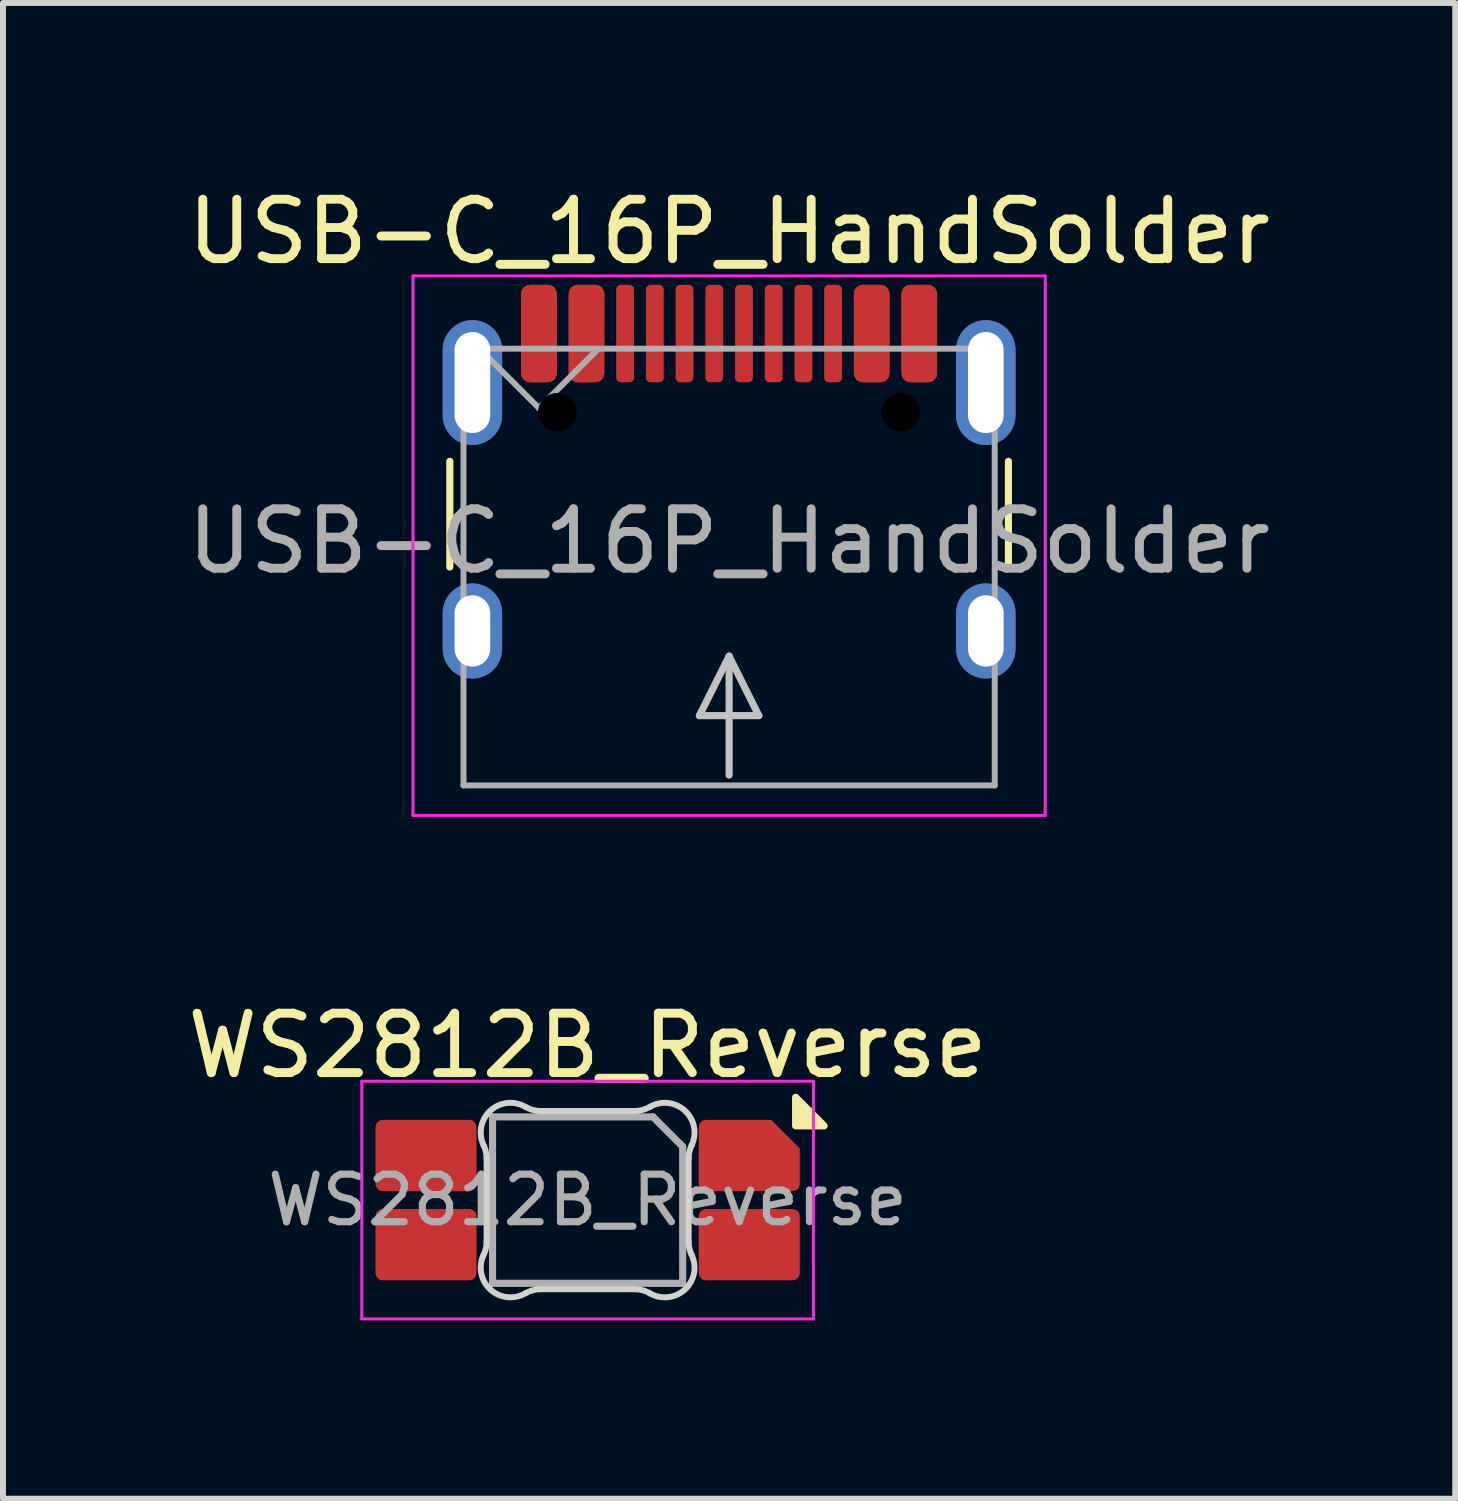
<source format=kicad_pcb>
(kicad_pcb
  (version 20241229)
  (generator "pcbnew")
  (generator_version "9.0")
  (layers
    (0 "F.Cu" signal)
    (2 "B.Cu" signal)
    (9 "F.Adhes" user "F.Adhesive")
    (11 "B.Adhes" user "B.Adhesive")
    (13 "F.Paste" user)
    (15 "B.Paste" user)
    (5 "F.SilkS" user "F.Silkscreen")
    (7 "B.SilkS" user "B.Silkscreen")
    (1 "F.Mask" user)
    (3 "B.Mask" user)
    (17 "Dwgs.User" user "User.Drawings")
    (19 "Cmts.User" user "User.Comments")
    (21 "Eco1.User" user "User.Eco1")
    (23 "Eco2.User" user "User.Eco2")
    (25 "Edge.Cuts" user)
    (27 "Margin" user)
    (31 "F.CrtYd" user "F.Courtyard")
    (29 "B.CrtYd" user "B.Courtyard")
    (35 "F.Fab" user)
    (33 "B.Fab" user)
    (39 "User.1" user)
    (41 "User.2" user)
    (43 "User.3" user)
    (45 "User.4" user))
  (footprint "WS2812B_Reverse"
    (layer "F.Cu")
    (at 6.839 17.146)
    (property "Reference" "WS2812B_Reverse" (at 0 -2.6 180) (layer "F.SilkS") (effects (font (size 1 1) (thickness 0.15))))
    (attr smd)
    (fp_poly (pts (xy 3.5 -1.25) (xy 3.5 -1.73) (xy 3.98 -1.25) (xy 3.5 -1.25)) (stroke (width 0.12) (type solid)) (fill yes) (layer "F.SilkS"))
    (fp_line (start -1.7 -0.703) (end -1.7 0.703) (stroke (width 0.1) (type solid)) (layer "Edge.Cuts"))
    (fp_line (start -0.794 1.5) (end 0.794 1.5) (stroke (width 0.1) (type solid)) (layer "Edge.Cuts"))
    (fp_line (start 0.794 -1.5) (end -0.794 -1.5) (stroke (width 0.1) (type solid)) (layer "Edge.Cuts"))
    (fp_line (start 1.7 0.703) (end 1.7 -0.703) (stroke (width 0.1) (type solid)) (layer "Edge.Cuts"))
    (fp_arc (start -1.749484 -0.919719) (mid -1.712527 -0.814067) (end -1.699999 -0.702842) (stroke (width 0.1) (type solid)) (layer "Edge.Cuts"))
    (fp_arc (start -1.749484 -0.919719) (mid -1.63807 -1.504033) (end -1.046711 -1.568296) (stroke (width 0.1) (type solid)) (layer "Edge.Cuts"))
    (fp_arc (start -1.699999 0.702843) (mid -1.712527 0.814069) (end -1.749484 0.919721) (stroke (width 0.1) (type solid)) (layer "Edge.Cuts"))
    (fp_arc (start -1.046711 1.5683) (mid -1.638071 1.504036) (end -1.749484 0.919721) (stroke (width 0.1) (type solid)) (layer "Edge.Cuts"))
    (fp_arc (start -1.046711 1.5683) (mid -0.925123 1.517378) (end -0.794453 1.500001) (stroke (width 0.1) (type solid)) (layer "Edge.Cuts"))
    (fp_arc (start -0.794452 -1.499999) (mid -0.925122 -1.517376) (end -1.04671 -1.568298) (stroke (width 0.1) (type solid)) (layer "Edge.Cuts"))
    (fp_arc (start 0.794453 1.5) (mid 0.925123 1.517377) (end 1.046711 1.568299) (stroke (width 0.1) (type solid)) (layer "Edge.Cuts"))
    (fp_arc (start 1.046711 -1.568298) (mid 0.925123 -1.517376) (end 0.794452 -1.499999) (stroke (width 0.1) (type solid)) (layer "Edge.Cuts"))
    (fp_arc (start 1.046711 -1.568298) (mid 1.638072 -1.504034) (end 1.749484 -0.919718) (stroke (width 0.1) (type solid)) (layer "Edge.Cuts"))
    (fp_arc (start 1.699999 -0.702841) (mid 1.712527 -0.814067) (end 1.749484 -0.919719) (stroke (width 0.1) (type solid)) (layer "Edge.Cuts"))
    (fp_arc (start 1.749484 0.919721) (mid 1.638071 1.504035) (end 1.046711 1.568299) (stroke (width 0.1) (type solid)) (layer "Edge.Cuts"))
    (fp_arc (start 1.749484 0.919721) (mid 1.712527 0.814069) (end 1.699999 0.702844) (stroke (width 0.1) (type solid)) (layer "Edge.Cuts"))
    (fp_line (start -3.8 -2) (end 3.8 -2) (stroke (width 0.05) (type solid)) (layer "F.CrtYd"))
    (fp_line (start -3.8 2) (end -3.8 -2) (stroke (width 0.05) (type solid)) (layer "F.CrtYd"))
    (fp_line (start 3.8 -2) (end 3.8 2) (stroke (width 0.05) (type solid)) (layer "F.CrtYd"))
    (fp_line (start 3.8 2) (end -3.8 2) (stroke (width 0.05) (type solid)) (layer "F.CrtYd"))
    (fp_line (start -1.6 -1.4) (end 1.1 -1.4) (stroke (width 0.12) (type solid)) (layer "F.Fab"))
    (fp_line (start -1.6 1.4) (end -1.6 -1.4) (stroke (width 0.12) (type solid)) (layer "F.Fab"))
    (fp_line (start 1.6 -0.9) (end 1.1 -1.4) (stroke (width 0.12) (type solid)) (layer "F.Fab"))
    (fp_line (start 1.6 -0.9) (end 1.6 1.4) (stroke (width 0.12) (type solid)) (layer "F.Fab"))
    (fp_line (start 1.6 1.4) (end -1.6 1.4) (stroke (width 0.12) (type solid)) (layer "F.Fab"))
    (fp_text user "${REFERENCE}" (at 0 0 0) (layer "F.Fab") (effects (font (size 0.8 0.8) (thickness 0.12))))
    (pad "1" smd roundrect (at -2.72 0.75 270) (size 1.2 1.7) (layers "F.Cu" "F.Mask" "F.Paste") (roundrect_rratio 0.1))
    (pad "2" smd roundrect (at -2.72 -0.75 270) (size 1.2 1.7) (layers "F.Cu" "F.Mask" "F.Paste") (roundrect_rratio 0.1))
    (pad "3" smd roundrect (at 2.72 -0.75 270) (size 1.2 1.7) (layers "F.Cu" "F.Mask" "F.Paste") (roundrect_rratio 0.1) (chamfer_ratio 0.4) (chamfer top_left))
    (pad "4" smd roundrect (at 2.72 0.75 270) (size 1.2 1.7) (layers "F.Cu" "F.Mask" "F.Paste") (roundrect_rratio 0.1)))
  (footprint "USB-C_16P_HandSolder"
    (layer "F.Cu")
    (at 9.22 6.493)
    (property "Reference" "USB-C_16P_HandSolder" (at 0 -5.645 0) (layer "F.SilkS") (effects (font (size 1 1) (thickness 0.15))))
    (attr smd)
    (fp_line (start -4.7 -1.78) (end -4.7 0) (stroke (width 0.12) (type solid)) (layer "F.SilkS"))
    (fp_line (start 4.7 -1.78) (end 4.7 0) (stroke (width 0.12) (type solid)) (layer "F.SilkS"))
    (fp_line (start -0.5 2.5) (end 0 1.5) (stroke (width 0.12) (type default)) (layer "Dwgs.User"))
    (fp_line (start 0 1.5) (end 0.5 2.5) (stroke (width 0.12) (type default)) (layer "Dwgs.User"))
    (fp_line (start 0 3.5) (end 0 1.5) (stroke (width 0.12) (type default)) (layer "Dwgs.User"))
    (fp_line (start 0.5 2.5) (end -0.5 2.5) (stroke (width 0.12) (type default)) (layer "Dwgs.User"))
    (fp_line (start -5.32 -4.9) (end -5.32 4.18) (stroke (width 0.05) (type solid)) (layer "F.CrtYd"))
    (fp_line (start -5.32 -4.9) (end 5.32 -4.9) (stroke (width 0.05) (type solid)) (layer "F.CrtYd"))
    (fp_line (start -5.32 4.18) (end 5.32 4.18) (stroke (width 0.05) (type solid)) (layer "F.CrtYd"))
    (fp_line (start 5.32 -4.9) (end 5.32 4.18) (stroke (width 0.05) (type solid)) (layer "F.CrtYd"))
    (fp_line (start -4.47 -3.675) (end -4.47 3.675) (stroke (width 0.1) (type solid)) (layer "F.Fab"))
    (fp_line (start -4.47 -3.675) (end 4.47 -3.675) (stroke (width 0.1) (type solid)) (layer "F.Fab"))
    (fp_line (start -4.47 3.675) (end 4.47 3.675) (stroke (width 0.1) (type solid)) (layer "F.Fab"))
    (fp_line (start -3.2 -2.675) (end -4.2 -3.675) (stroke (width 0.1) (type default)) (layer "F.Fab"))
    (fp_line (start -3.2 -2.675) (end -2.2 -3.675) (stroke (width 0.1) (type default)) (layer "F.Fab"))
    (fp_line (start 4.47 -3.675) (end 4.47 3.675) (stroke (width 0.1) (type solid)) (layer "F.Fab"))
    (fp_text user "${REFERENCE}" (at 0 -0.435 0) (unlocked yes) (layer "F.Fab") (effects (font (size 1 1) (thickness 0.15))))
    (pad "" np_thru_hole circle (at -2.89 -2.605) (size 0.65 0.65) (drill 0.65) (layers "*.Mask"))
    (pad "" np_thru_hole circle (at 2.89 -2.605) (size 0.65 0.65) (drill 0.65) (layers "*.Mask"))
    (pad "A1" smd roundrect (at -3.2 -3.93) (size 0.6 1.64) (layers "F.Cu" "F.Mask" "F.Paste") (roundrect_rratio 0.25))
    (pad "A4" smd roundrect (at -2.4 -3.93) (size 0.6 1.64) (layers "F.Cu" "F.Mask" "F.Paste") (roundrect_rratio 0.25))
    (pad "A5" smd roundrect (at -1.25 -3.93) (size 0.3 1.64) (layers "F.Cu" "F.Mask" "F.Paste") (roundrect_rratio 0.25))
    (pad "A6" smd roundrect (at -0.25 -3.93) (size 0.3 1.64) (layers "F.Cu" "F.Mask" "F.Paste") (roundrect_rratio 0.25))
    (pad "A7" smd roundrect (at 0.25 -3.93) (size 0.3 1.64) (layers "F.Cu" "F.Mask" "F.Paste") (roundrect_rratio 0.25))
    (pad "A8" smd roundrect (at 1.25 -3.93) (size 0.3 1.64) (layers "F.Cu" "F.Mask" "F.Paste") (roundrect_rratio 0.25))
    (pad "A9" smd roundrect (at 2.4 -3.93) (size 0.6 1.64) (layers "F.Cu" "F.Mask" "F.Paste") (roundrect_rratio 0.25))
    (pad "A12" smd roundrect (at 3.2 -3.93) (size 0.6 1.64) (layers "F.Cu" "F.Mask" "F.Paste") (roundrect_rratio 0.25))
    (pad "B1" smd roundrect (at 3.2 -3.93) (size 0.6 1.64) (layers "F.Cu" "F.Mask" "F.Paste") (roundrect_rratio 0.25))
    (pad "B4" smd roundrect (at 2.4 -3.93) (size 0.6 1.64) (layers "F.Cu" "F.Mask" "F.Paste") (roundrect_rratio 0.25))
    (pad "B5" smd roundrect (at 1.75 -3.93) (size 0.3 1.64) (layers "F.Cu" "F.Mask" "F.Paste") (roundrect_rratio 0.25))
    (pad "B6" smd roundrect (at 0.75 -3.93) (size 0.3 1.64) (layers "F.Cu" "F.Mask" "F.Paste") (roundrect_rratio 0.25))
    (pad "B7" smd roundrect (at -0.75 -3.93) (size 0.3 1.64) (layers "F.Cu" "F.Mask" "F.Paste") (roundrect_rratio 0.25))
    (pad "B8" smd roundrect (at -1.75 -3.93) (size 0.3 1.64) (layers "F.Cu" "F.Mask" "F.Paste") (roundrect_rratio 0.25))
    (pad "B9" smd roundrect (at -2.4 -3.93) (size 0.6 1.64) (layers "F.Cu" "F.Mask" "F.Paste") (roundrect_rratio 0.25))
    (pad "B12" smd roundrect (at -3.2 -3.93) (size 0.6 1.64) (layers "F.Cu" "F.Mask" "F.Paste") (roundrect_rratio 0.25))
    (pad "S1" thru_hole oval (at -4.32 -3.105) (size 1 2.1) (drill oval 0.6 1.7) (layers "*.Cu" "*.Mask"))
    (pad "S1" thru_hole oval (at -4.32 1.075) (size 1 1.6) (drill oval 0.6 1.2) (layers "*.Cu" "*.Mask"))
    (pad "S1" thru_hole oval (at 4.32 -3.105) (size 1 2.1) (drill oval 0.6 1.7) (layers "*.Cu" "*.Mask"))
    (pad "S1" thru_hole oval (at 4.32 1.075) (size 1 1.6) (drill oval 0.6 1.2) (layers "*.Cu" "*.Mask")))
  (gr_rect
    (start -3 -3)
    (end 21.44 22.172)
    (stroke (width 0.1) (type default))
    (fill no)
    (layer "Edge.Cuts")))
</source>
